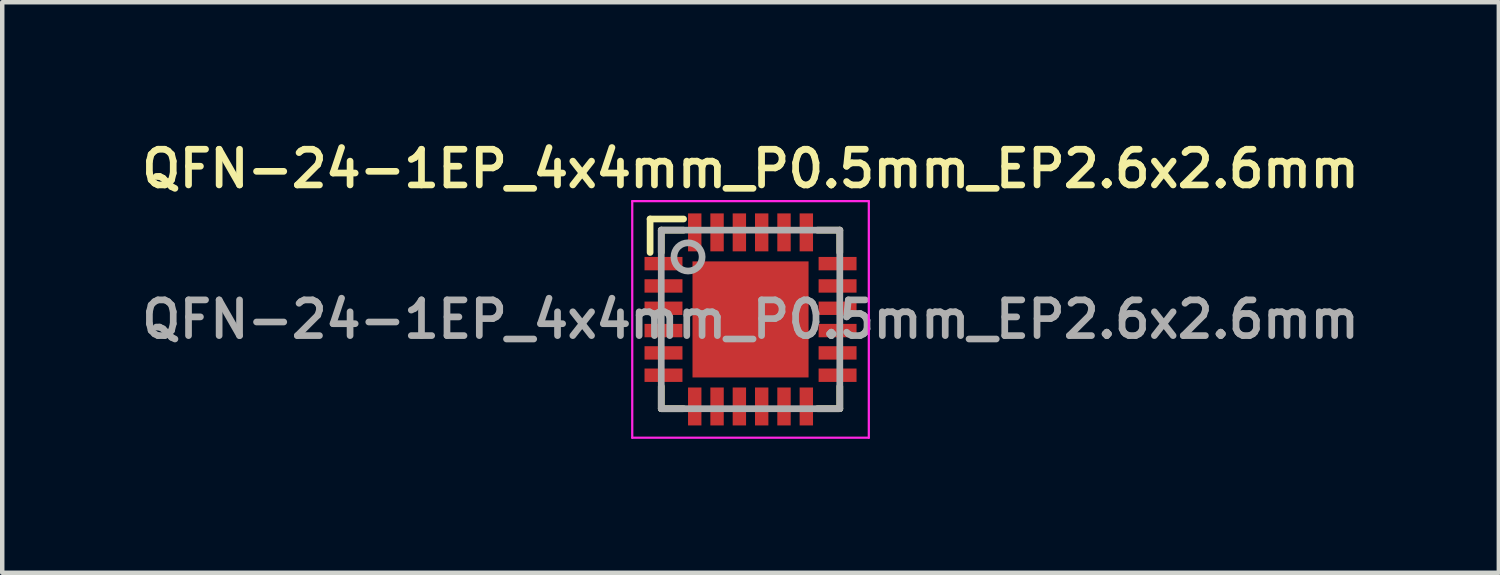
<source format=kicad_pcb>
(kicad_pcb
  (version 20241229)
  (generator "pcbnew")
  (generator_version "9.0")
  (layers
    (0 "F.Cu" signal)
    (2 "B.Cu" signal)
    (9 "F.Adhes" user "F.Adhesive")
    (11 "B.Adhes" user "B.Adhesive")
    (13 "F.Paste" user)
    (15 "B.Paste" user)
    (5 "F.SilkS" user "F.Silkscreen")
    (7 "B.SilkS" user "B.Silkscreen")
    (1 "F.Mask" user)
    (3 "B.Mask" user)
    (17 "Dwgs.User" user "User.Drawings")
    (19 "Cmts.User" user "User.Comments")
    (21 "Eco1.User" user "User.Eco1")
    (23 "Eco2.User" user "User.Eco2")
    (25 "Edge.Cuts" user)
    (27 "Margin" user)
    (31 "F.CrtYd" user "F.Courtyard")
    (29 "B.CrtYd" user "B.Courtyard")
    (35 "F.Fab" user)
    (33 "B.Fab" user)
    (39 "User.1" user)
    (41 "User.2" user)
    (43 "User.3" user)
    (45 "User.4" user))
  (footprint "QFN-24-1EP_4x4mm_P0.5mm_EP2.6x2.6mm"
    (layer "F.Cu")
    (at 13.764 4.106)
    (property "Reference" "QFN-24-1EP_4x4mm_P0.5mm_EP2.6x2.6mm" (at 0 -3.375 0) (layer "F.SilkS") (effects (font (size 0.8 0.8) (thickness 0.15))))
    (attr smd)
    (fp_line (start -2.25 -2.25) (end -1.5 -2.25) (stroke (width 0.15) (type solid)) (layer "F.SilkS"))
    (fp_line (start -2.25 -1.5) (end -2.25 -2.25) (stroke (width 0.15) (type solid)) (layer "F.SilkS"))
    (fp_line (start -2 -2) (end -2 -1.5) (stroke (width 0.15) (type solid)) (layer "F.SilkS"))
    (fp_line (start -2 1.5) (end -2 2) (stroke (width 0.15) (type solid)) (layer "F.SilkS"))
    (fp_line (start -2 2) (end -1.5 2) (stroke (width 0.15) (type solid)) (layer "F.SilkS"))
    (fp_line (start -1.5 -2) (end -2 -2) (stroke (width 0.15) (type solid)) (layer "F.SilkS"))
    (fp_line (start 1.5 -2) (end 2 -2) (stroke (width 0.15) (type solid)) (layer "F.SilkS"))
    (fp_line (start 2 -2) (end 2 -1.5) (stroke (width 0.15) (type solid)) (layer "F.SilkS"))
    (fp_line (start 2 1.5) (end 2 2) (stroke (width 0.15) (type solid)) (layer "F.SilkS"))
    (fp_line (start 2 2) (end 1.5 2) (stroke (width 0.15) (type solid)) (layer "F.SilkS"))
    (fp_line (start -2.65 -2.65) (end -2.65 2.65) (stroke (width 0.05) (type solid)) (layer "F.CrtYd"))
    (fp_line (start -2.65 -2.65) (end 2.65 -2.65) (stroke (width 0.05) (type solid)) (layer "F.CrtYd"))
    (fp_line (start -2.65 2.65) (end 2.65 2.65) (stroke (width 0.05) (type solid)) (layer "F.CrtYd"))
    (fp_line (start 2.65 -2.65) (end 2.65 2.65) (stroke (width 0.05) (type solid)) (layer "F.CrtYd"))
    (fp_line (start -2 -2) (end 2 -2) (stroke (width 0.15) (type solid)) (layer "F.Fab"))
    (fp_line (start -2 2) (end -2 -2) (stroke (width 0.15) (type solid)) (layer "F.Fab"))
    (fp_line (start 2 -2) (end 2 2) (stroke (width 0.15) (type solid)) (layer "F.Fab"))
    (fp_line (start 2 2) (end -2 2) (stroke (width 0.15) (type solid)) (layer "F.Fab"))
    (fp_circle (center -1.4 -1.4) (end -1.3 -1.1) (stroke (width 0.15) (type solid)) (fill no) (layer "F.Fab"))
    (fp_text user "${REFERENCE}" (at 0 0 0) (layer "F.Fab") (effects (font (size 0.8 0.8) (thickness 0.15))))
    (pad "1" smd rect (at -1.95 -1.25) (size 0.85 0.3) (layers "F.Cu" "F.Mask" "F.Paste"))
    (pad "2" smd rect (at -1.95 -0.75) (size 0.85 0.3) (layers "F.Cu" "F.Mask" "F.Paste"))
    (pad "3" smd rect (at -1.95 -0.25) (size 0.85 0.3) (layers "F.Cu" "F.Mask" "F.Paste"))
    (pad "4" smd rect (at -1.95 0.25) (size 0.85 0.3) (layers "F.Cu" "F.Mask" "F.Paste"))
    (pad "5" smd rect (at -1.95 0.75) (size 0.85 0.3) (layers "F.Cu" "F.Mask" "F.Paste"))
    (pad "6" smd rect (at -1.95 1.25) (size 0.85 0.3) (layers "F.Cu" "F.Mask" "F.Paste"))
    (pad "7" smd rect (at -1.25 1.95 90) (size 0.85 0.3) (layers "F.Cu" "F.Mask" "F.Paste"))
    (pad "8" smd rect (at -0.75 1.95 90) (size 0.85 0.3) (layers "F.Cu" "F.Mask" "F.Paste"))
    (pad "9" smd rect (at -0.25 1.95 90) (size 0.85 0.3) (layers "F.Cu" "F.Mask" "F.Paste"))
    (pad "10" smd rect (at 0.25 1.95 90) (size 0.85 0.3) (layers "F.Cu" "F.Mask" "F.Paste"))
    (pad "11" smd rect (at 0.75 1.95 90) (size 0.85 0.3) (layers "F.Cu" "F.Mask" "F.Paste"))
    (pad "12" smd rect (at 1.25 1.95 90) (size 0.85 0.3) (layers "F.Cu" "F.Mask" "F.Paste"))
    (pad "13" smd rect (at 1.95 1.25) (size 0.85 0.3) (layers "F.Cu" "F.Mask" "F.Paste"))
    (pad "14" smd rect (at 1.95 0.75) (size 0.85 0.3) (layers "F.Cu" "F.Mask" "F.Paste"))
    (pad "15" smd rect (at 1.95 0.25) (size 0.85 0.3) (layers "F.Cu" "F.Mask" "F.Paste"))
    (pad "16" smd rect (at 1.95 -0.25) (size 0.85 0.3) (layers "F.Cu" "F.Mask" "F.Paste"))
    (pad "17" smd rect (at 1.95 -0.75) (size 0.85 0.3) (layers "F.Cu" "F.Mask" "F.Paste"))
    (pad "18" smd rect (at 1.95 -1.25) (size 0.85 0.3) (layers "F.Cu" "F.Mask" "F.Paste"))
    (pad "19" smd rect (at 1.25 -1.95 90) (size 0.85 0.3) (layers "F.Cu" "F.Mask" "F.Paste"))
    (pad "20" smd rect (at 0.75 -1.95 90) (size 0.85 0.3) (layers "F.Cu" "F.Mask" "F.Paste"))
    (pad "21" smd rect (at 0.25 -1.95 90) (size 0.85 0.3) (layers "F.Cu" "F.Mask" "F.Paste"))
    (pad "22" smd rect (at -0.25 -1.95 90) (size 0.85 0.3) (layers "F.Cu" "F.Mask" "F.Paste"))
    (pad "23" smd rect (at -0.75 -1.95 90) (size 0.85 0.3) (layers "F.Cu" "F.Mask" "F.Paste"))
    (pad "24" smd rect (at -1.25 -1.95 90) (size 0.85 0.3) (layers "F.Cu" "F.Mask" "F.Paste"))
    (pad "25" smd rect (at 0 0) (size 2.6 2.6) (layers "F.Cu" "F.Mask" "F.Paste")))
  (gr_rect
    (start -3 -3)
    (end 30.528 9.781)
    (stroke (width 0.1) (type default))
    (fill no)
    (layer "Edge.Cuts")))
</source>
